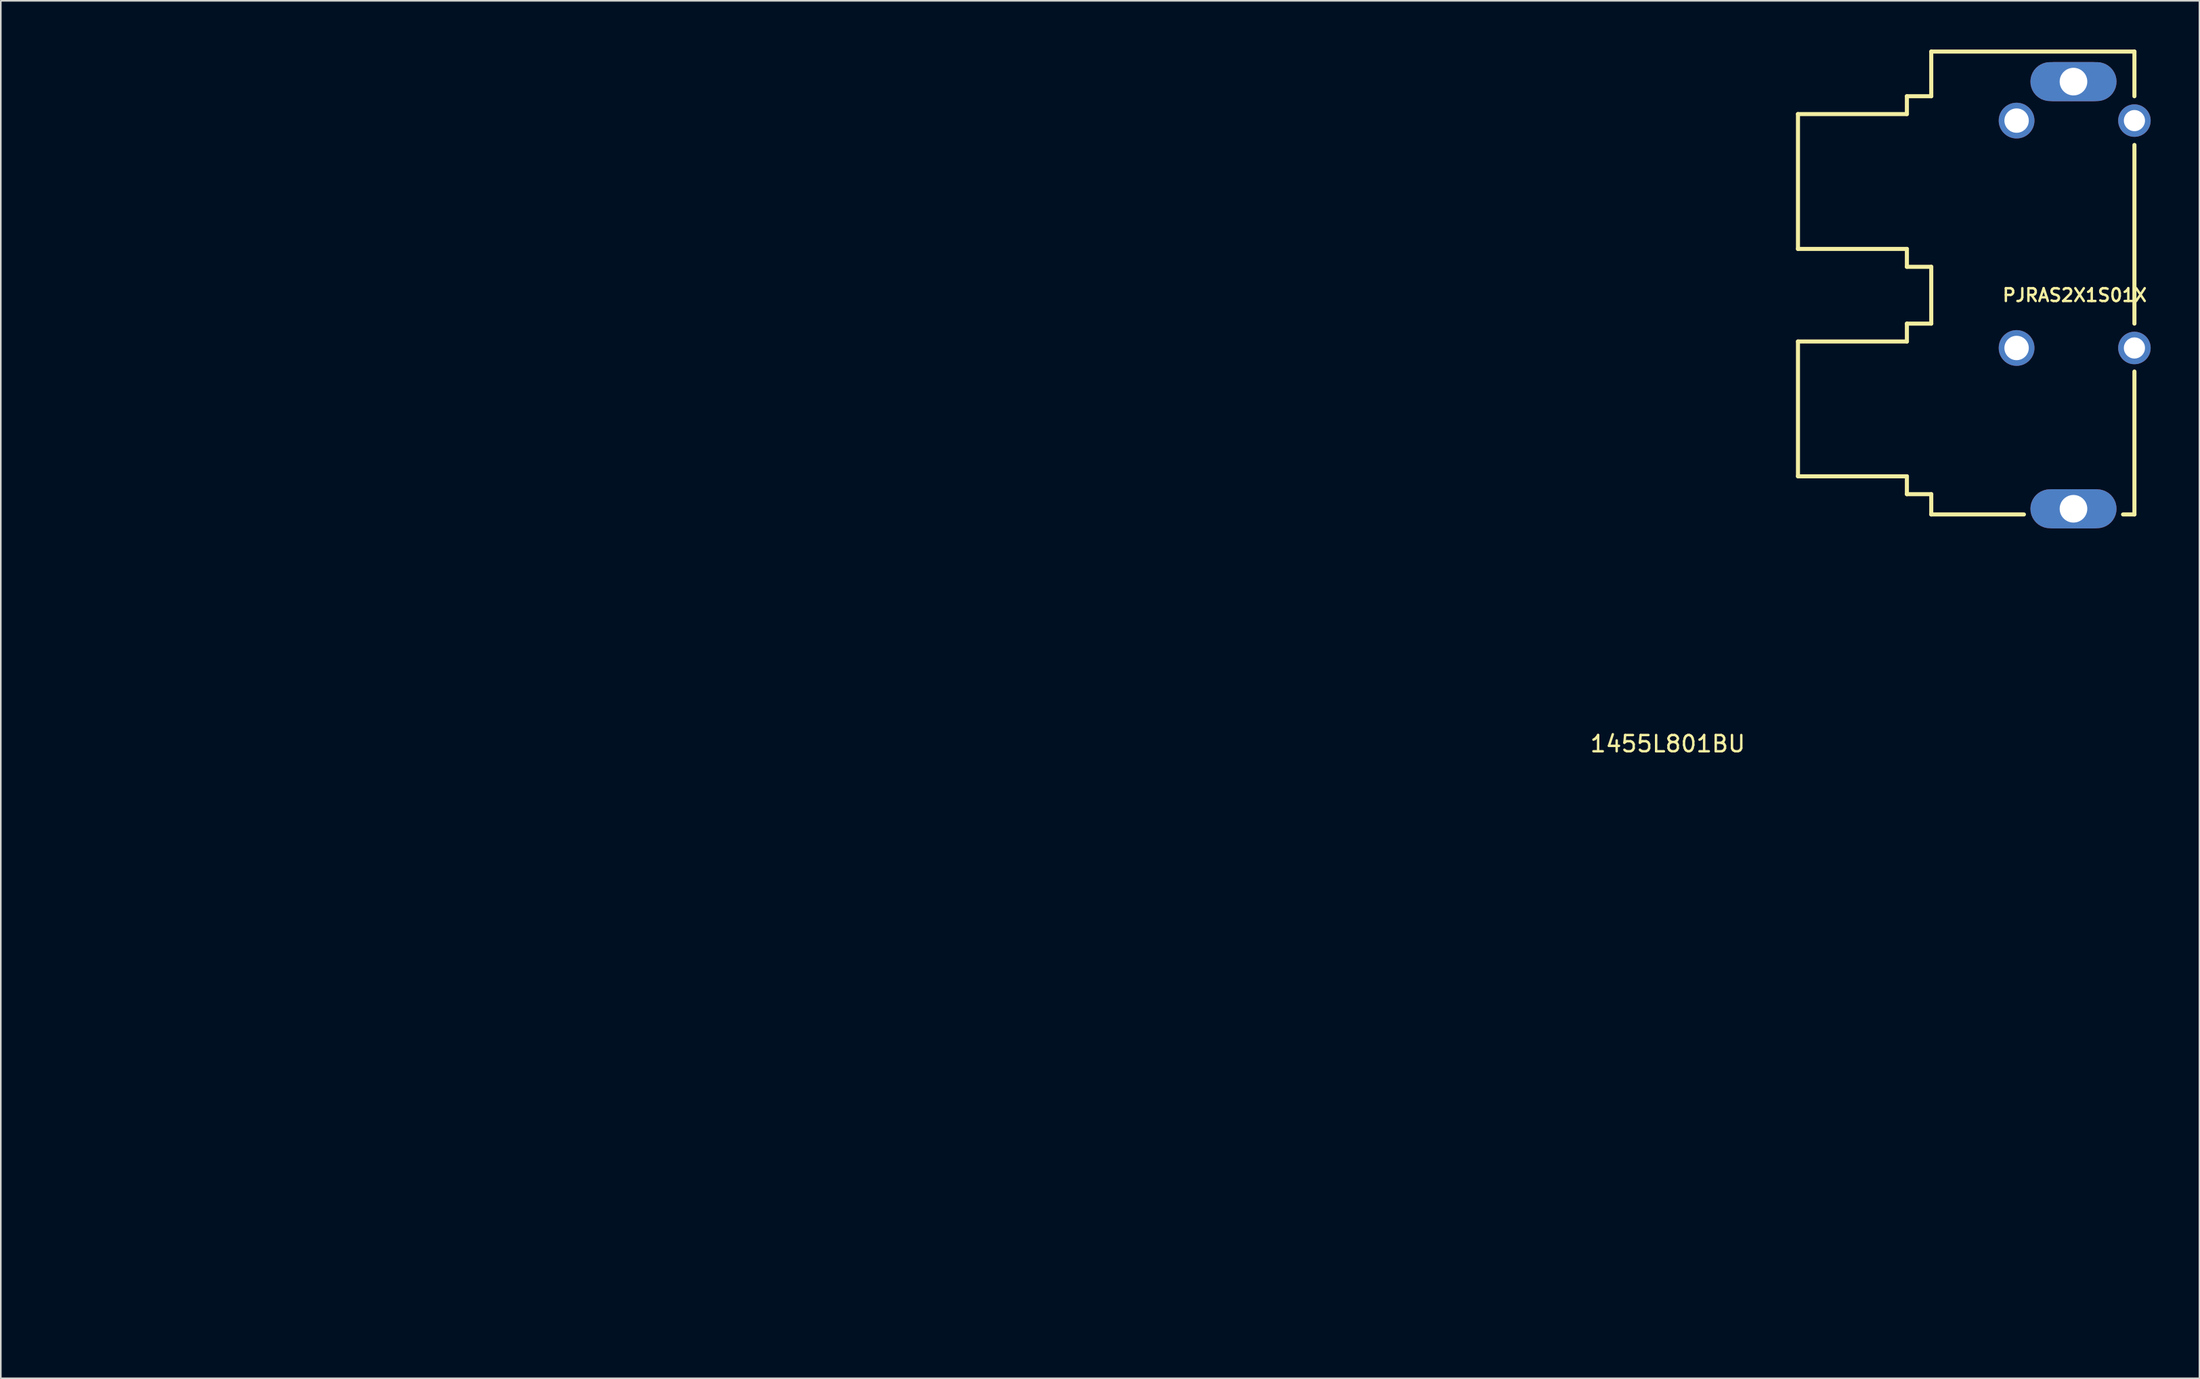
<source format=kicad_pcb>
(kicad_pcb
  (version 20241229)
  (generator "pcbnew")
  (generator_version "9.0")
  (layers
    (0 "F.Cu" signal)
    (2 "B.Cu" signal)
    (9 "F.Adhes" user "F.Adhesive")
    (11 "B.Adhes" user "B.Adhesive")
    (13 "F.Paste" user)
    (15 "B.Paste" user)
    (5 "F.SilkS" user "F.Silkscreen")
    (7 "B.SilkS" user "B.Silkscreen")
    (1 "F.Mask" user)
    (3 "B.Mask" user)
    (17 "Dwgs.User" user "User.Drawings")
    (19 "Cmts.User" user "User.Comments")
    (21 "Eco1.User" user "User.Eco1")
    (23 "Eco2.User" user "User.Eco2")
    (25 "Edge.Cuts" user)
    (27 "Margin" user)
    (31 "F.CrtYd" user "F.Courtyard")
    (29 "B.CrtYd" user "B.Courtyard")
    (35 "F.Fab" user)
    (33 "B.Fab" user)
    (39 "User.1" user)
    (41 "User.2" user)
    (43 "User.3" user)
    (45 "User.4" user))
  (footprint "1455L801BU"
    (layer "F.Cu")
    (at 49.56 0.25)
    (property "Reference" "1455L801BU" (at 50 42.5 0) (unlocked yes) (layer "F.SilkS") (effects (font (size 1 1) (thickness 0.15))))
    (fp_rect (start -49.5 0) (end 49.5 78.5) (stroke (width 0.12) (type solid)) (fill no) (layer "User.1"))
    (zone (net_name "") (layers "F.Cu" "B.Cu") (name "EDGE_RAIL") (hatch full 0.508) (connect_pads) (min_thickness 0.254) (filled_areas_thickness no) (keepout (tracks not_allowed) (vias allowed) (pads allowed) (copperpour allowed) (footprints not_allowed)) (placement (enabled no)) (fill) (polygon (pts (xy 0.06 0.25) (xy 2.56 0.25) (xy 2.56 78.75) (xy 0.06 78.75))))
    (zone (net_name "") (layers "F.Cu" "B.Cu") (name "EDGE_RAIL") (hatch full 0.508) (connect_pads) (min_thickness 0.254) (filled_areas_thickness no) (keepout (tracks not_allowed) (vias allowed) (pads allowed) (copperpour allowed) (footprints not_allowed)) (placement (enabled no)) (fill) (polygon (pts (xy 96.56 0.25) (xy 99.06 0.25) (xy 99.06 78.75) (xy 96.56 78.75)))))
  (footprint "PJRAS2X1S01X"
    (layer "F.Cu")
    (at 124.597 15.125)
    (property "Reference" "PJRAS2X1S01X" (at 0 0 180) (layer "F.SilkS") (effects (font (size 0.787 0.787) (thickness 0.15))))
    (attr through_hole)
    (fp_poly (pts (xy -1.525 -14.349) (xy -1.713 -14.334) (xy -1.896 -14.29) (xy -2.069 -14.218) (xy -2.23 -14.12) (xy -2.373 -13.998) (xy -2.495 -13.855) (xy -2.593 -13.694) (xy -2.665 -13.521) (xy -2.709 -13.338) (xy -2.724 -13.15) (xy -2.709 -12.962) (xy -2.665 -12.779) (xy -2.593 -12.606) (xy -2.495 -12.445) (xy -2.373 -12.302) (xy -2.23 -12.18) (xy -2.069 -12.082) (xy -1.896 -12.01) (xy -1.713 -11.966) (xy -1.525 -11.951) (xy 1.375 -11.951) (xy 1.563 -11.966) (xy 1.746 -12.01) (xy 1.919 -12.082) (xy 2.08 -12.18) (xy 2.223 -12.302) (xy 2.345 -12.445) (xy 2.443 -12.606) (xy 2.515 -12.779) (xy 2.559 -12.962) (xy 2.574 -13.15) (xy 2.559 -13.338) (xy 2.515 -13.521) (xy 2.443 -13.694) (xy 2.345 -13.855) (xy 2.223 -13.998) (xy 2.08 -14.12) (xy 1.919 -14.218) (xy 1.746 -14.29) (xy 1.563 -14.334) (xy 1.375 -14.349)) (stroke (width 0.002) (type solid)) (fill yes) (layer "F.Cu"))
    (fp_poly (pts (xy -1.525 11.951) (xy -1.713 11.966) (xy -1.896 12.01) (xy -2.069 12.082) (xy -2.23 12.18) (xy -2.373 12.302) (xy -2.495 12.445) (xy -2.593 12.606) (xy -2.665 12.779) (xy -2.709 12.962) (xy -2.724 13.15) (xy -2.709 13.338) (xy -2.665 13.521) (xy -2.593 13.694) (xy -2.495 13.855) (xy -2.373 13.998) (xy -2.23 14.12) (xy -2.069 14.218) (xy -1.896 14.29) (xy -1.713 14.334) (xy -1.525 14.349) (xy 1.375 14.349) (xy 1.563 14.334) (xy 1.746 14.29) (xy 1.919 14.218) (xy 2.08 14.12) (xy 2.223 13.998) (xy 2.345 13.855) (xy 2.443 13.694) (xy 2.515 13.521) (xy 2.559 13.338) (xy 2.574 13.15) (xy 2.559 12.962) (xy 2.515 12.779) (xy 2.443 12.606) (xy 2.345 12.445) (xy 2.223 12.302) (xy 2.08 12.18) (xy 1.919 12.082) (xy 1.746 12.01) (xy 1.563 11.966) (xy 1.375 11.951)) (stroke (width 0.002) (type solid)) (fill yes) (layer "F.Cu"))
    (fp_poly (pts (xy -1.525 -14.452) (xy -1.729 -14.436) (xy -1.927 -14.388) (xy -2.116 -14.31) (xy -2.29 -14.203) (xy -2.445 -14.07) (xy -2.578 -13.915) (xy -2.685 -13.741) (xy -2.763 -13.552) (xy -2.811 -13.354) (xy -2.827 -13.15) (xy -2.811 -12.946) (xy -2.763 -12.748) (xy -2.685 -12.559) (xy -2.578 -12.385) (xy -2.445 -12.23) (xy -2.29 -12.097) (xy -2.116 -11.99) (xy -1.927 -11.912) (xy -1.729 -11.864) (xy -1.525 -11.848) (xy 1.375 -11.848) (xy 1.579 -11.864) (xy 1.777 -11.912) (xy 1.966 -11.99) (xy 2.14 -12.097) (xy 2.295 -12.23) (xy 2.428 -12.385) (xy 2.535 -12.559) (xy 2.613 -12.748) (xy 2.661 -12.946) (xy 2.677 -13.15) (xy 2.661 -13.354) (xy 2.613 -13.552) (xy 2.535 -13.741) (xy 2.428 -13.915) (xy 2.295 -14.07) (xy 2.14 -14.203) (xy 1.966 -14.31) (xy 1.777 -14.388) (xy 1.579 -14.436) (xy 1.375 -14.452)) (stroke (width 0.002) (type solid)) (fill yes) (layer "F.Mask"))
    (fp_poly (pts (xy -1.525 11.848) (xy -1.729 11.864) (xy -1.927 11.912) (xy -2.116 11.99) (xy -2.29 12.097) (xy -2.445 12.23) (xy -2.578 12.385) (xy -2.685 12.559) (xy -2.763 12.748) (xy -2.811 12.946) (xy -2.827 13.15) (xy -2.811 13.354) (xy -2.763 13.552) (xy -2.685 13.741) (xy -2.578 13.915) (xy -2.445 14.07) (xy -2.29 14.203) (xy -2.116 14.31) (xy -1.927 14.388) (xy -1.729 14.436) (xy -1.525 14.452) (xy 1.375 14.452) (xy 1.579 14.436) (xy 1.777 14.388) (xy 1.966 14.31) (xy 2.14 14.203) (xy 2.295 14.07) (xy 2.428 13.915) (xy 2.535 13.741) (xy 2.613 13.552) (xy 2.661 13.354) (xy 2.677 13.15) (xy 2.661 12.946) (xy 2.613 12.748) (xy 2.535 12.559) (xy 2.428 12.385) (xy 2.295 12.23) (xy 2.14 12.097) (xy 1.966 11.99) (xy 1.777 11.912) (xy 1.579 11.864) (xy 1.375 11.848)) (stroke (width 0.002) (type solid)) (fill yes) (layer "F.Mask"))
    (fp_poly (pts (xy -1.525 -14.349) (xy -1.713 -14.334) (xy -1.896 -14.29) (xy -2.069 -14.218) (xy -2.23 -14.12) (xy -2.373 -13.998) (xy -2.495 -13.855) (xy -2.593 -13.694) (xy -2.665 -13.521) (xy -2.709 -13.338) (xy -2.724 -13.15) (xy -2.709 -12.962) (xy -2.665 -12.779) (xy -2.593 -12.606) (xy -2.495 -12.445) (xy -2.373 -12.302) (xy -2.23 -12.18) (xy -2.069 -12.082) (xy -1.896 -12.01) (xy -1.713 -11.966) (xy -1.525 -11.951) (xy 1.375 -11.951) (xy 1.563 -11.966) (xy 1.746 -12.01) (xy 1.919 -12.082) (xy 2.08 -12.18) (xy 2.223 -12.302) (xy 2.345 -12.445) (xy 2.443 -12.606) (xy 2.515 -12.779) (xy 2.559 -12.962) (xy 2.574 -13.15) (xy 2.559 -13.338) (xy 2.515 -13.521) (xy 2.443 -13.694) (xy 2.345 -13.855) (xy 2.223 -13.998) (xy 2.08 -14.12) (xy 1.919 -14.218) (xy 1.746 -14.29) (xy 1.563 -14.334) (xy 1.375 -14.349)) (stroke (width 0.002) (type solid)) (fill yes) (layer "B.Cu"))
    (fp_poly (pts (xy -1.525 11.951) (xy -1.713 11.966) (xy -1.896 12.01) (xy -2.069 12.082) (xy -2.23 12.18) (xy -2.373 12.302) (xy -2.495 12.445) (xy -2.593 12.606) (xy -2.665 12.779) (xy -2.709 12.962) (xy -2.724 13.15) (xy -2.709 13.338) (xy -2.665 13.521) (xy -2.593 13.694) (xy -2.495 13.855) (xy -2.373 13.998) (xy -2.23 14.12) (xy -2.069 14.218) (xy -1.896 14.29) (xy -1.713 14.334) (xy -1.525 14.349) (xy 1.375 14.349) (xy 1.563 14.334) (xy 1.746 14.29) (xy 1.919 14.218) (xy 2.08 14.12) (xy 2.223 13.998) (xy 2.345 13.855) (xy 2.443 13.694) (xy 2.515 13.521) (xy 2.559 13.338) (xy 2.574 13.15) (xy 2.559 12.962) (xy 2.515 12.779) (xy 2.443 12.606) (xy 2.345 12.445) (xy 2.223 12.302) (xy 2.08 12.18) (xy 1.919 12.082) (xy 1.746 12.01) (xy 1.563 11.966) (xy 1.375 11.951)) (stroke (width 0.002) (type solid)) (fill yes) (layer "B.Cu"))
    (fp_poly (pts (xy -1.525 -14.452) (xy -1.729 -14.436) (xy -1.927 -14.388) (xy -2.116 -14.31) (xy -2.29 -14.203) (xy -2.445 -14.07) (xy -2.578 -13.915) (xy -2.685 -13.741) (xy -2.763 -13.552) (xy -2.811 -13.354) (xy -2.827 -13.15) (xy -2.811 -12.946) (xy -2.763 -12.748) (xy -2.685 -12.559) (xy -2.578 -12.385) (xy -2.445 -12.23) (xy -2.29 -12.097) (xy -2.116 -11.99) (xy -1.927 -11.912) (xy -1.729 -11.864) (xy -1.525 -11.848) (xy 1.375 -11.848) (xy 1.579 -11.864) (xy 1.777 -11.912) (xy 1.966 -11.99) (xy 2.14 -12.097) (xy 2.295 -12.23) (xy 2.428 -12.385) (xy 2.535 -12.559) (xy 2.613 -12.748) (xy 2.661 -12.946) (xy 2.677 -13.15) (xy 2.661 -13.354) (xy 2.613 -13.552) (xy 2.535 -13.741) (xy 2.428 -13.915) (xy 2.295 -14.07) (xy 2.14 -14.203) (xy 1.966 -14.31) (xy 1.777 -14.388) (xy 1.579 -14.436) (xy 1.375 -14.452)) (stroke (width 0.002) (type solid)) (fill yes) (layer "B.Mask"))
    (fp_poly (pts (xy -1.525 11.848) (xy -1.729 11.864) (xy -1.927 11.912) (xy -2.116 11.99) (xy -2.29 12.097) (xy -2.445 12.23) (xy -2.578 12.385) (xy -2.685 12.559) (xy -2.763 12.748) (xy -2.811 12.946) (xy -2.827 13.15) (xy -2.811 13.354) (xy -2.763 13.552) (xy -2.685 13.741) (xy -2.578 13.915) (xy -2.445 14.07) (xy -2.29 14.203) (xy -2.116 14.31) (xy -1.927 14.388) (xy -1.729 14.436) (xy -1.525 14.452) (xy 1.375 14.452) (xy 1.579 14.436) (xy 1.777 14.388) (xy 1.966 14.31) (xy 2.14 14.203) (xy 2.295 14.07) (xy 2.428 13.915) (xy 2.535 13.741) (xy 2.613 13.552) (xy 2.661 13.354) (xy 2.677 13.15) (xy 2.661 12.946) (xy 2.613 12.748) (xy 2.535 12.559) (xy 2.428 12.385) (xy 2.295 12.23) (xy 2.14 12.097) (xy 1.966 11.99) (xy 1.777 11.912) (xy 1.579 11.864) (xy 1.375 11.848)) (stroke (width 0.002) (type solid)) (fill yes) (layer "B.Mask"))
    (fp_line (start -17.025 -11.152) (end -17.025 -2.849) (stroke (width 0.25) (type solid)) (layer "F.SilkS"))
    (fp_line (start -17.025 -11.152) (end -10.324 -11.152) (stroke (width 0.25) (type solid)) (layer "F.SilkS"))
    (fp_line (start -17.025 -2.849) (end -10.324 -2.849) (stroke (width 0.25) (type solid)) (layer "F.SilkS"))
    (fp_line (start -17.025 2.851) (end -17.025 11.151) (stroke (width 0.25) (type solid)) (layer "F.SilkS"))
    (fp_line (start -17.025 11.151) (end -10.324 11.151) (stroke (width 0.25) (type solid)) (layer "F.SilkS"))
    (fp_line (start -10.324 -12.25) (end -8.825 -12.25) (stroke (width 0.25) (type solid)) (layer "F.SilkS"))
    (fp_line (start -10.324 -11.152) (end -10.324 -12.25) (stroke (width 0.25) (type solid)) (layer "F.SilkS"))
    (fp_line (start -10.324 -2.849) (end -10.324 -1.748) (stroke (width 0.25) (type solid)) (layer "F.SilkS"))
    (fp_line (start -10.324 -1.748) (end -8.825 -1.748) (stroke (width 0.25) (type solid)) (layer "F.SilkS"))
    (fp_line (start -10.324 1.75) (end -10.324 2.851) (stroke (width 0.25) (type solid)) (layer "F.SilkS"))
    (fp_line (start -10.324 2.851) (end -17.025 2.851) (stroke (width 0.25) (type solid)) (layer "F.SilkS"))
    (fp_line (start -10.324 11.151) (end -10.324 12.251) (stroke (width 0.25) (type solid)) (layer "F.SilkS"))
    (fp_line (start -10.324 12.251) (end -8.825 12.251) (stroke (width 0.25) (type solid)) (layer "F.SilkS"))
    (fp_line (start -8.825 -15) (end 3.675 -15) (stroke (width 0.25) (type solid)) (layer "F.SilkS"))
    (fp_line (start -8.825 -12.25) (end -8.825 -15) (stroke (width 0.25) (type solid)) (layer "F.SilkS"))
    (fp_line (start -8.825 -1.748) (end -8.825 1.75) (stroke (width 0.25) (type solid)) (layer "F.SilkS"))
    (fp_line (start -8.825 1.75) (end -10.324 1.75) (stroke (width 0.25) (type solid)) (layer "F.SilkS"))
    (fp_line (start -8.825 12.251) (end -8.825 13.499) (stroke (width 0.25) (type solid)) (layer "F.SilkS"))
    (fp_line (start -8.825 13.499) (end -3.124 13.499) (stroke (width 0.25) (type solid)) (layer "F.SilkS"))
    (fp_line (start 2.976 13.499) (end 3.675 13.499) (stroke (width 0.25) (type solid)) (layer "F.SilkS"))
    (fp_line (start 3.675 -15) (end 3.675 -12.25) (stroke (width 0.25) (type solid)) (layer "F.SilkS"))
    (fp_line (start 3.675 -9.25) (end 3.675 1.75) (stroke (width 0.25) (type solid)) (layer "F.SilkS"))
    (fp_line (start 3.675 4.7) (end 3.675 13.499) (stroke (width 0.25) (type solid)) (layer "F.SilkS"))
    (pad "1" thru_hole oval (at -0.075 -13.15) (size 4.8 2.4) (drill 1.7) (layers "*.Cu"))
    (pad "2" thru_hole oval (at -0.075 13.15) (size 4.8 2.4) (drill 1.7) (layers "*.Cu"))
    (pad "S1" thru_hole circle (at -3.575 -10.75) (size 2.2 2.2) (drill 1.5) (layers "*.Cu" "*.Mask"))
    (pad "S2" thru_hole circle (at -3.575 3.25) (size 2.2 2.2) (drill 1.5) (layers "*.Cu" "*.Mask"))
    (pad "T1" thru_hole circle (at 3.675 -10.75) (size 2 2) (drill 1.3) (layers "*.Cu" "*.Mask"))
    (pad "T2" thru_hole circle (at 3.675 3.25) (size 2 2) (drill 1.3) (layers "*.Cu" "*.Mask")))
  (gr_rect
    (start -3 -3)
    (end 132.272 81.81)
    (stroke (width 0.1) (type default))
    (fill no)
    (layer "Edge.Cuts")))
</source>
